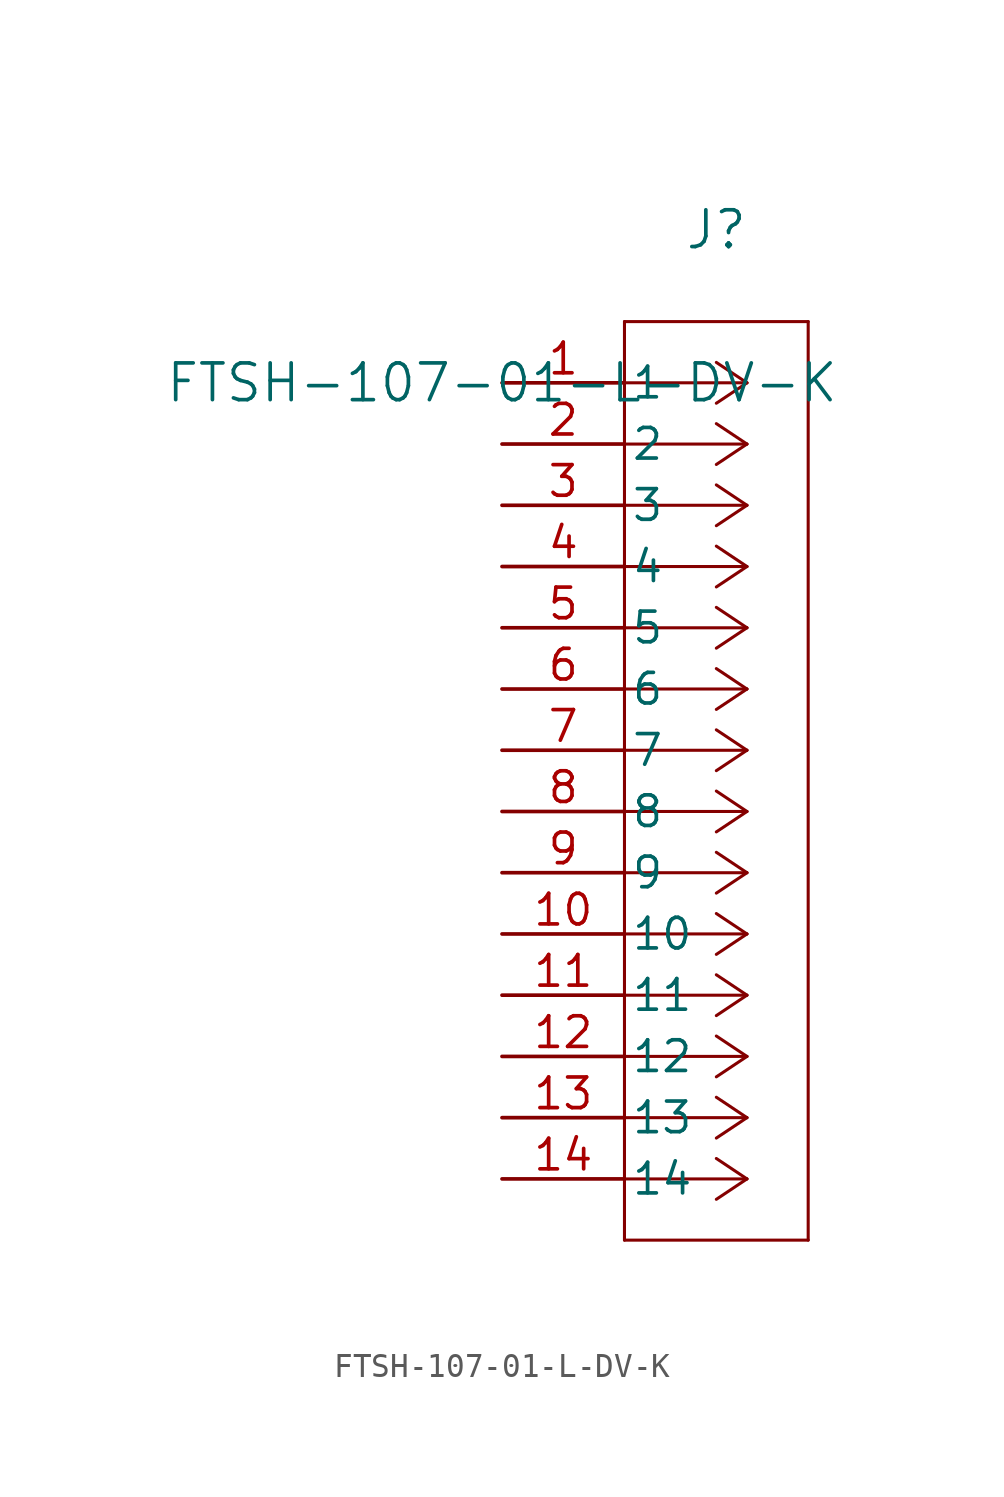
<source format=kicad_sym>
(kicad_symbol_lib
  (version 20211014)
  (generator kicad_symbol_editor)
  (symbol "FTSH-107-01-L-DV-K"
    (pin_names
      (offset 0.254))
    (property "Reference" "J"
      (at 8.89 6.35 0)
      (effects (font (size 1.524 1.524))))
    (property "Value" "FTSH-107-01-L-DV-K"
      (at 0 0 0)
      (effects (font (size 1.524 1.524))))
    (symbol "FTSH-107-01-L-DV-K_0_1"
      (polyline (pts (xy 10.16 0) (xy 5.08 0)) (stroke (width 0.127) (type default) (color 0 0 0 0)) (fill (type none)))
      (polyline (pts (xy 10.16 -2.54) (xy 5.08 -2.54)) (stroke (width 0.127) (type default) (color 0 0 0 0)) (fill (type none)))
      (polyline (pts (xy 10.16 -5.08) (xy 5.08 -5.08)) (stroke (width 0.127) (type default) (color 0 0 0 0)) (fill (type none)))
      (polyline (pts (xy 10.16 -7.62) (xy 5.08 -7.62)) (stroke (width 0.127) (type default) (color 0 0 0 0)) (fill (type none)))
      (polyline (pts (xy 10.16 -10.16) (xy 5.08 -10.16)) (stroke (width 0.127) (type default) (color 0 0 0 0)) (fill (type none)))
      (polyline (pts (xy 10.16 -12.7) (xy 5.08 -12.7)) (stroke (width 0.127) (type default) (color 0 0 0 0)) (fill (type none)))
      (polyline (pts (xy 10.16 -15.24) (xy 5.08 -15.24)) (stroke (width 0.127) (type default) (color 0 0 0 0)) (fill (type none)))
      (polyline (pts (xy 10.16 -17.78) (xy 5.08 -17.78)) (stroke (width 0.127) (type default) (color 0 0 0 0)) (fill (type none)))
      (polyline (pts (xy 10.16 -20.32) (xy 5.08 -20.32)) (stroke (width 0.127) (type default) (color 0 0 0 0)) (fill (type none)))
      (polyline (pts (xy 10.16 -22.86) (xy 5.08 -22.86)) (stroke (width 0.127) (type default) (color 0 0 0 0)) (fill (type none)))
      (polyline (pts (xy 10.16 -25.4) (xy 5.08 -25.4)) (stroke (width 0.127) (type default) (color 0 0 0 0)) (fill (type none)))
      (polyline (pts (xy 10.16 -27.94) (xy 5.08 -27.94)) (stroke (width 0.127) (type default) (color 0 0 0 0)) (fill (type none)))
      (polyline (pts (xy 10.16 -30.48) (xy 5.08 -30.48)) (stroke (width 0.127) (type default) (color 0 0 0 0)) (fill (type none)))
      (polyline (pts (xy 10.16 -33.02) (xy 5.08 -33.02)) (stroke (width 0.127) (type default) (color 0 0 0 0)) (fill (type none)))
      (polyline (pts (xy 10.16 0) (xy 8.89 0.847)) (stroke (width 0.127) (type default) (color 0 0 0 0)) (fill (type none)))
      (polyline (pts (xy 10.16 -2.54) (xy 8.89 -1.693)) (stroke (width 0.127) (type default) (color 0 0 0 0)) (fill (type none)))
      (polyline (pts (xy 10.16 -5.08) (xy 8.89 -4.233)) (stroke (width 0.127) (type default) (color 0 0 0 0)) (fill (type none)))
      (polyline (pts (xy 10.16 -7.62) (xy 8.89 -6.773)) (stroke (width 0.127) (type default) (color 0 0 0 0)) (fill (type none)))
      (polyline (pts (xy 10.16 -10.16) (xy 8.89 -9.313)) (stroke (width 0.127) (type default) (color 0 0 0 0)) (fill (type none)))
      (polyline (pts (xy 10.16 -12.7) (xy 8.89 -11.853)) (stroke (width 0.127) (type default) (color 0 0 0 0)) (fill (type none)))
      (polyline (pts (xy 10.16 -15.24) (xy 8.89 -14.393)) (stroke (width 0.127) (type default) (color 0 0 0 0)) (fill (type none)))
      (polyline (pts (xy 10.16 -17.78) (xy 8.89 -16.933)) (stroke (width 0.127) (type default) (color 0 0 0 0)) (fill (type none)))
      (polyline (pts (xy 10.16 -20.32) (xy 8.89 -19.473)) (stroke (width 0.127) (type default) (color 0 0 0 0)) (fill (type none)))
      (polyline (pts (xy 10.16 -22.86) (xy 8.89 -22.013)) (stroke (width 0.127) (type default) (color 0 0 0 0)) (fill (type none)))
      (polyline (pts (xy 10.16 -25.4) (xy 8.89 -24.553)) (stroke (width 0.127) (type default) (color 0 0 0 0)) (fill (type none)))
      (polyline (pts (xy 10.16 -27.94) (xy 8.89 -27.093)) (stroke (width 0.127) (type default) (color 0 0 0 0)) (fill (type none)))
      (polyline (pts (xy 10.16 -30.48) (xy 8.89 -29.633)) (stroke (width 0.127) (type default) (color 0 0 0 0)) (fill (type none)))
      (polyline (pts (xy 10.16 -33.02) (xy 8.89 -32.173)) (stroke (width 0.127) (type default) (color 0 0 0 0)) (fill (type none)))
      (polyline (pts (xy 10.16 0) (xy 8.89 -0.847)) (stroke (width 0.127) (type default) (color 0 0 0 0)) (fill (type none)))
      (polyline (pts (xy 10.16 -2.54) (xy 8.89 -3.387)) (stroke (width 0.127) (type default) (color 0 0 0 0)) (fill (type none)))
      (polyline (pts (xy 10.16 -5.08) (xy 8.89 -5.927)) (stroke (width 0.127) (type default) (color 0 0 0 0)) (fill (type none)))
      (polyline (pts (xy 10.16 -7.62) (xy 8.89 -8.467)) (stroke (width 0.127) (type default) (color 0 0 0 0)) (fill (type none)))
      (polyline (pts (xy 10.16 -10.16) (xy 8.89 -11.007)) (stroke (width 0.127) (type default) (color 0 0 0 0)) (fill (type none)))
      (polyline (pts (xy 10.16 -12.7) (xy 8.89 -13.547)) (stroke (width 0.127) (type default) (color 0 0 0 0)) (fill (type none)))
      (polyline (pts (xy 10.16 -15.24) (xy 8.89 -16.087)) (stroke (width 0.127) (type default) (color 0 0 0 0)) (fill (type none)))
      (polyline (pts (xy 10.16 -17.78) (xy 8.89 -18.627)) (stroke (width 0.127) (type default) (color 0 0 0 0)) (fill (type none)))
      (polyline (pts (xy 10.16 -20.32) (xy 8.89 -21.167)) (stroke (width 0.127) (type default) (color 0 0 0 0)) (fill (type none)))
      (polyline (pts (xy 10.16 -22.86) (xy 8.89 -23.707)) (stroke (width 0.127) (type default) (color 0 0 0 0)) (fill (type none)))
      (polyline (pts (xy 10.16 -25.4) (xy 8.89 -26.247)) (stroke (width 0.127) (type default) (color 0 0 0 0)) (fill (type none)))
      (polyline (pts (xy 10.16 -27.94) (xy 8.89 -28.787)) (stroke (width 0.127) (type default) (color 0 0 0 0)) (fill (type none)))
      (polyline (pts (xy 10.16 -30.48) (xy 8.89 -31.327)) (stroke (width 0.127) (type default) (color 0 0 0 0)) (fill (type none)))
      (polyline (pts (xy 10.16 -33.02) (xy 8.89 -33.867)) (stroke (width 0.127) (type default) (color 0 0 0 0)) (fill (type none)))
      (polyline (pts (xy 5.08 2.54) (xy 5.08 -35.56)) (stroke (width 0.127) (type default) (color 0 0 0 0)) (fill (type none)))
      (polyline (pts (xy 5.08 -35.56) (xy 12.7 -35.56)) (stroke (width 0.127) (type default) (color 0 0 0 0)) (fill (type none)))
      (polyline (pts (xy 12.7 -35.56) (xy 12.7 2.54)) (stroke (width 0.127) (type default) (color 0 0 0 0)) (fill (type none)))
      (polyline (pts (xy 12.7 2.54) (xy 5.08 2.54)) (stroke (width 0.127) (type default) (color 0 0 0 0)) (fill (type none)))
      (pin unspecified line (at 0 0 0) (length 5.08) (name "1" (effects (font (size 1.27 1.27)))) (number "1" (effects (font (size 1.27 1.27)))))
      (pin unspecified line (at 0 -2.54 0) (length 5.08) (name "2" (effects (font (size 1.27 1.27)))) (number "2" (effects (font (size 1.27 1.27)))))
      (pin unspecified line (at 0 -5.08 0) (length 5.08) (name "3" (effects (font (size 1.27 1.27)))) (number "3" (effects (font (size 1.27 1.27)))))
      (pin unspecified line (at 0 -7.62 0) (length 5.08) (name "4" (effects (font (size 1.27 1.27)))) (number "4" (effects (font (size 1.27 1.27)))))
      (pin unspecified line (at 0 -10.16 0) (length 5.08) (name "5" (effects (font (size 1.27 1.27)))) (number "5" (effects (font (size 1.27 1.27)))))
      (pin unspecified line (at 0 -12.7 0) (length 5.08) (name "6" (effects (font (size 1.27 1.27)))) (number "6" (effects (font (size 1.27 1.27)))))
      (pin unspecified line (at 0 -15.24 0) (length 5.08) (name "7" (effects (font (size 1.27 1.27)))) (number "7" (effects (font (size 1.27 1.27)))))
      (pin unspecified line (at 0 -17.78 0) (length 5.08) (name "8" (effects (font (size 1.27 1.27)))) (number "8" (effects (font (size 1.27 1.27)))))
      (pin unspecified line (at 0 -20.32 0) (length 5.08) (name "9" (effects (font (size 1.27 1.27)))) (number "9" (effects (font (size 1.27 1.27)))))
      (pin unspecified line (at 0 -22.86 0) (length 5.08) (name "10" (effects (font (size 1.27 1.27)))) (number "10" (effects (font (size 1.27 1.27)))))
      (pin unspecified line (at 0 -25.4 0) (length 5.08) (name "11" (effects (font (size 1.27 1.27)))) (number "11" (effects (font (size 1.27 1.27)))))
      (pin unspecified line (at 0 -27.94 0) (length 5.08) (name "12" (effects (font (size 1.27 1.27)))) (number "12" (effects (font (size 1.27 1.27)))))
      (pin unspecified line (at 0 -30.48 0) (length 5.08) (name "13" (effects (font (size 1.27 1.27)))) (number "13" (effects (font (size 1.27 1.27)))))
      (pin unspecified line (at 0 -33.02 0) (length 5.08) (name "14" (effects (font (size 1.27 1.27)))) (number "14" (effects (font (size 1.27 1.27))))))))
</source>
